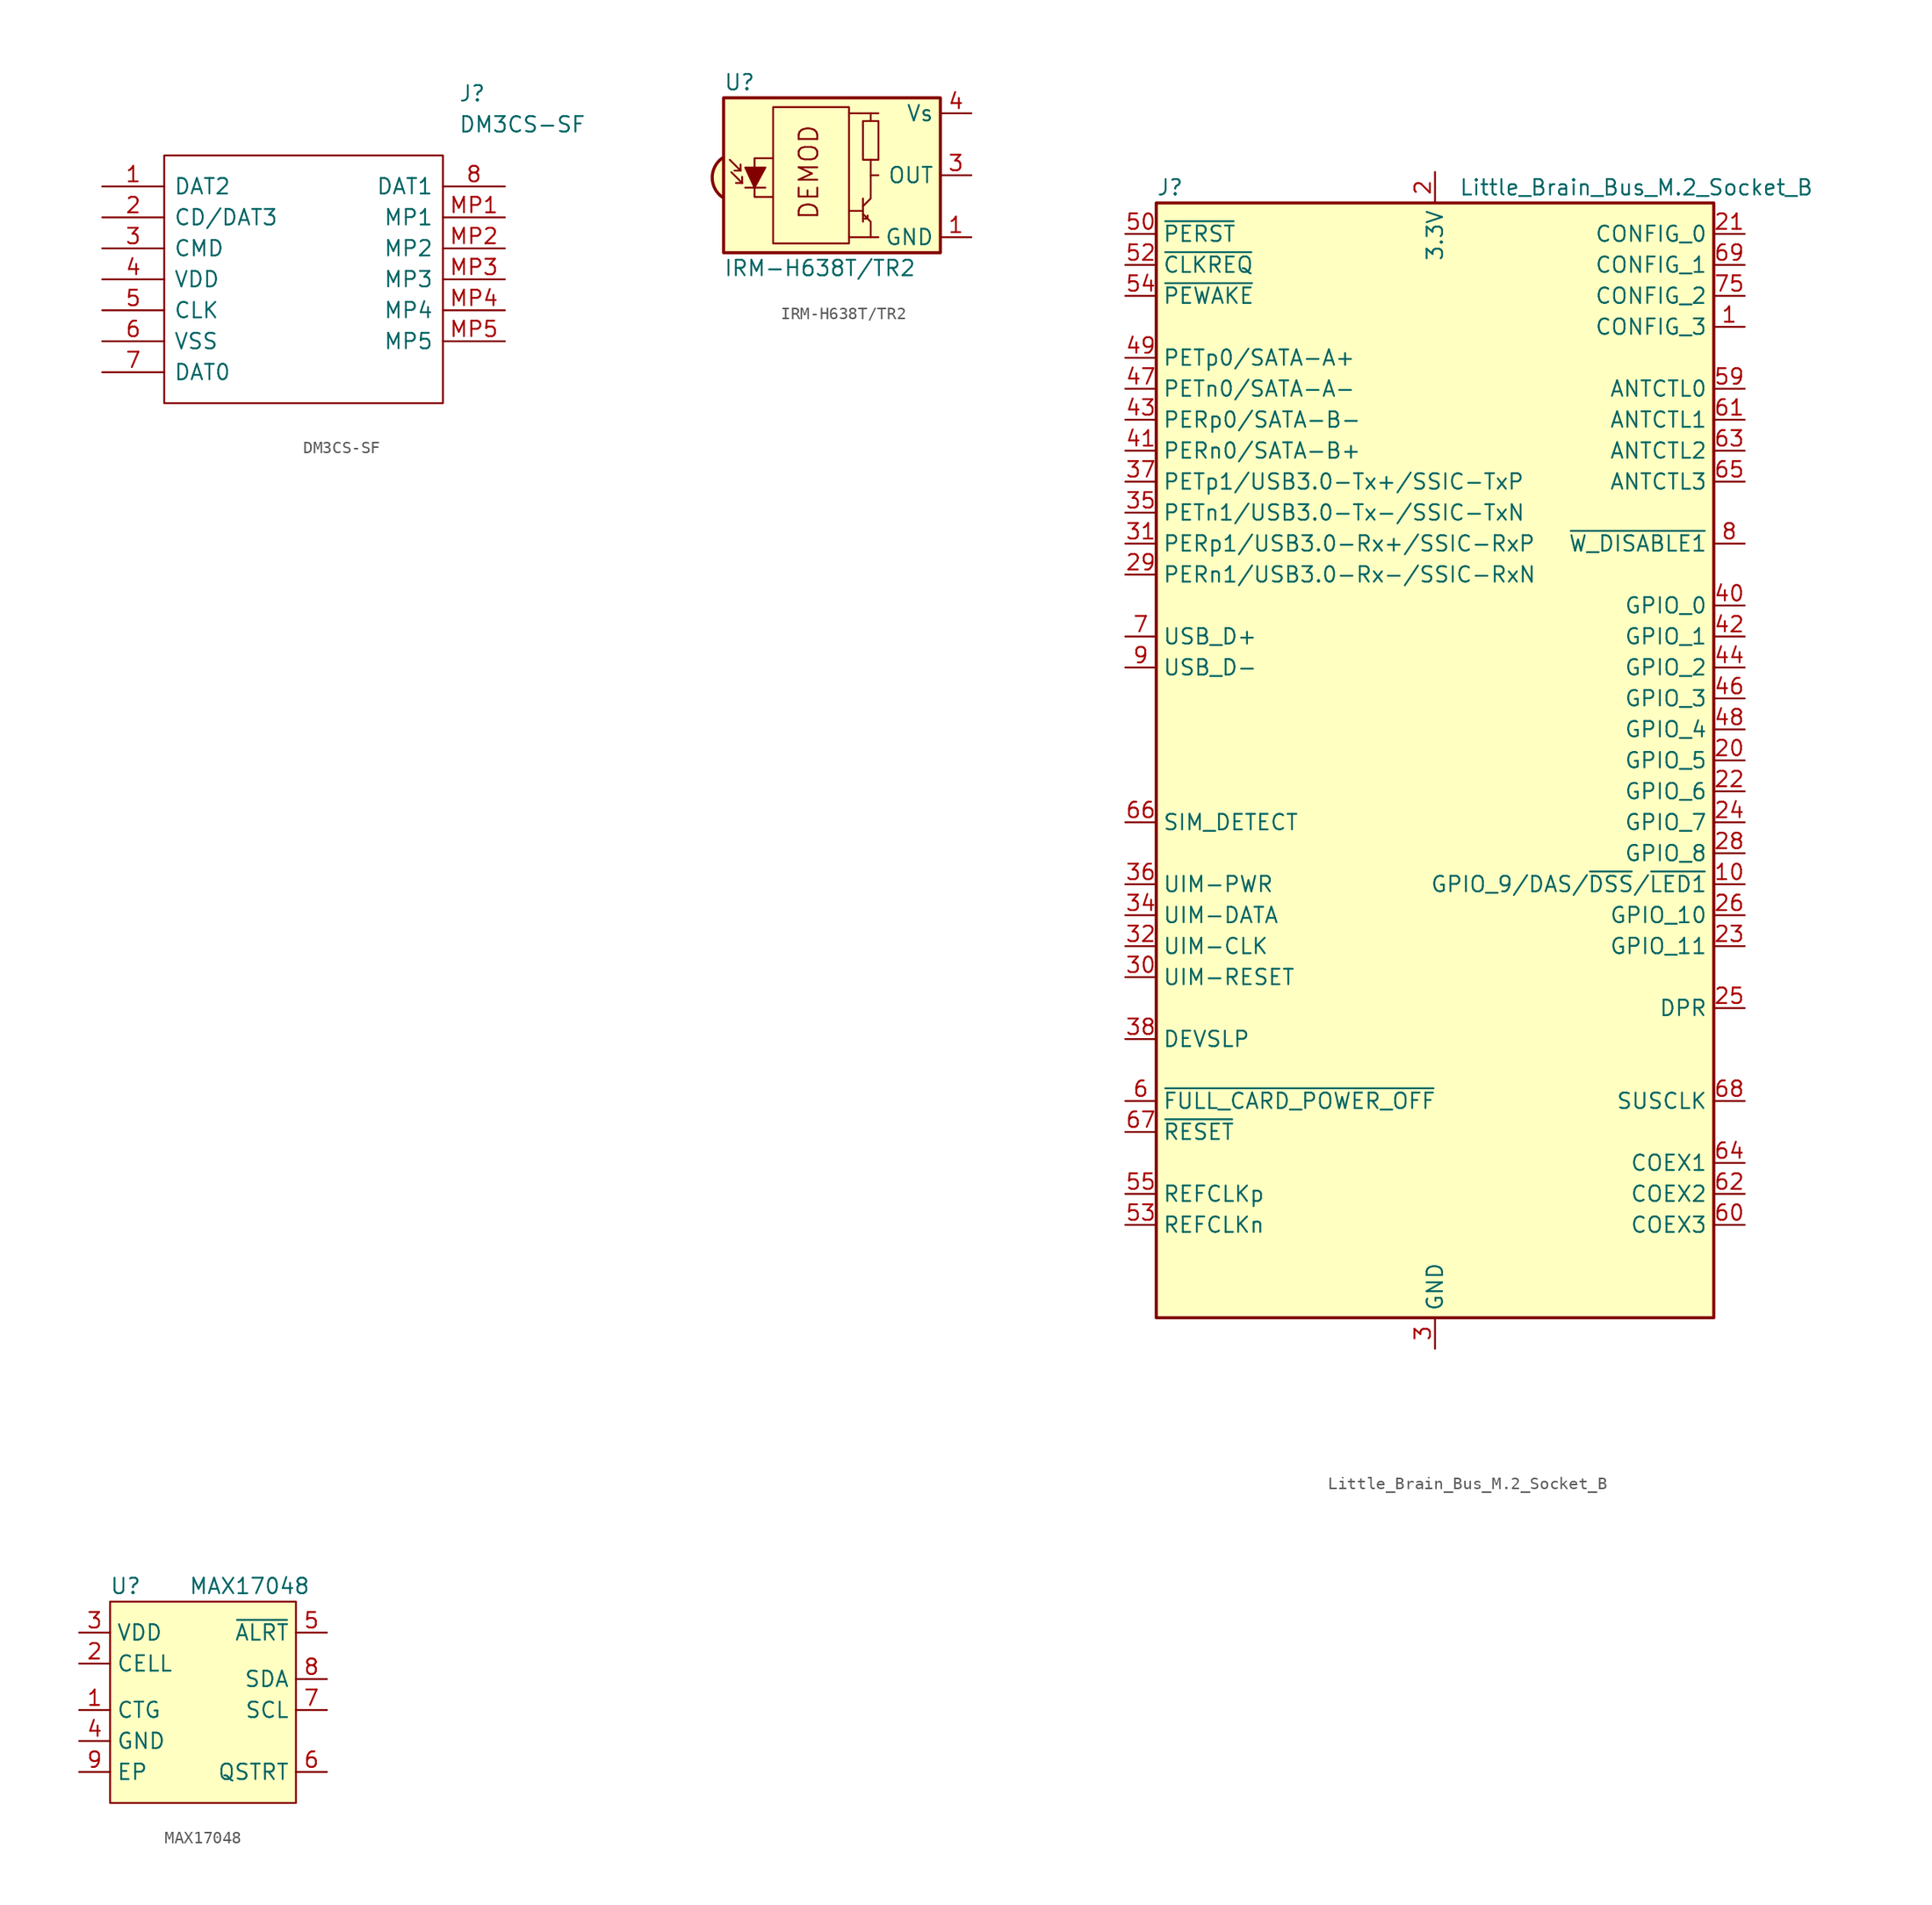
<source format=kicad_sym>
(kicad_symbol_lib
  (version 20220914)
  (generator kicad_symbol_editor)
  (symbol "DM3CS-SF"
    (pin_names
      (offset 0.762))
    (property "Reference" "J"
      (at 29.21 7.62 0)
      (effects (font (size 1.27 1.27)) (justify left)))
    (property "Value" "DM3CS-SF"
      (at 29.21 5.08 0)
      (effects (font (size 1.27 1.27)) (justify left)))
    (symbol "DM3CS-SF_0_0"
      (pin passive line (at 0 0 0) (length 5.08) (name "DAT2" (effects (font (size 1.27 1.27)))) (number "1" (effects (font (size 1.27 1.27)))))
      (pin passive line (at 0 -2.54 0) (length 5.08) (name "CD/DAT3" (effects (font (size 1.27 1.27)))) (number "2" (effects (font (size 1.27 1.27)))))
      (pin passive line (at 0 -5.08 0) (length 5.08) (name "CMD" (effects (font (size 1.27 1.27)))) (number "3" (effects (font (size 1.27 1.27)))))
      (pin passive line (at 0 -7.62 0) (length 5.08) (name "VDD" (effects (font (size 1.27 1.27)))) (number "4" (effects (font (size 1.27 1.27)))))
      (pin passive line (at 0 -10.16 0) (length 5.08) (name "CLK" (effects (font (size 1.27 1.27)))) (number "5" (effects (font (size 1.27 1.27)))))
      (pin passive line (at 0 -12.7 0) (length 5.08) (name "VSS" (effects (font (size 1.27 1.27)))) (number "6" (effects (font (size 1.27 1.27)))))
      (pin passive line (at 0 -15.24 0) (length 5.08) (name "DAT0" (effects (font (size 1.27 1.27)))) (number "7" (effects (font (size 1.27 1.27)))))
      (pin passive line (at 33.02 0 180) (length 5.08) (name "DAT1" (effects (font (size 1.27 1.27)))) (number "8" (effects (font (size 1.27 1.27)))))
      (pin passive line (at 33.02 -2.54 180) (length 5.08) (name "MP1" (effects (font (size 1.27 1.27)))) (number "MP1" (effects (font (size 1.27 1.27)))))
      (pin passive line (at 33.02 -5.08 180) (length 5.08) (name "MP2" (effects (font (size 1.27 1.27)))) (number "MP2" (effects (font (size 1.27 1.27)))))
      (pin passive line (at 33.02 -7.62 180) (length 5.08) (name "MP3" (effects (font (size 1.27 1.27)))) (number "MP3" (effects (font (size 1.27 1.27)))))
      (pin passive line (at 33.02 -10.16 180) (length 5.08) (name "MP4" (effects (font (size 1.27 1.27)))) (number "MP4" (effects (font (size 1.27 1.27)))))
      (pin passive line (at 33.02 -12.7 180) (length 5.08) (name "MP5" (effects (font (size 1.27 1.27)))) (number "MP5" (effects (font (size 1.27 1.27))))))
    (symbol "DM3CS-SF_0_1"
      (polyline (pts (xy 5.08 2.54) (xy 27.94 2.54) (xy 27.94 -17.78) (xy 5.08 -17.78) (xy 5.08 2.54)) (stroke (width 0.152) (type default)) (fill (type none)))))
  (symbol "IRM-H638T/TR2"
    (property "Reference" "U"
      (at -10.16 7.62 0)
      (effects (font (size 1.27 1.27)) (justify left)))
    (property "Value" "IRM-H638T/TR2"
      (at -10.16 -7.62 0)
      (effects (font (size 1.27 1.27)) (justify left)))
    (symbol "IRM-H638T/TR2_0_0"
      (arc (start -10.287 1.397) (mid -11.0899 -0.1852) (end -10.287 -1.778) (stroke (width 0.254) (type default)) (fill (type background)))
      (polyline (pts (xy 1.905 -5.08) (xy 0.127 -5.08)) (stroke (width 0) (type default)) (fill (type none)))
      (polyline (pts (xy 1.905 5.08) (xy 0.127 5.08)) (stroke (width 0) (type default)) (fill (type none)))
      (text "DEMOD" (at -3.175 0.254 900) (effects (font (size 1.524 1.524)))))
    (symbol "IRM-H638T/TR2_0_1"
      (rectangle (start -10.16 6.35) (end 7.62 -6.35) (stroke (width 0.254) (type default)) (fill (type background)))
      (rectangle (start -6.096 5.588) (end 0.127 -5.588) (stroke (width 0) (type default)) (fill (type none)))
      (polyline (pts (xy -8.763 0.381) (xy -9.652 1.27)) (stroke (width 0) (type default)) (fill (type none)))
      (polyline (pts (xy -8.763 0.381) (xy -9.271 0.381)) (stroke (width 0) (type default)) (fill (type none)))
      (polyline (pts (xy -8.763 0.381) (xy -8.763 0.889)) (stroke (width 0) (type default)) (fill (type none)))
      (polyline (pts (xy -8.636 -0.635) (xy -9.525 0.254)) (stroke (width 0) (type default)) (fill (type none)))
      (polyline (pts (xy -8.636 -0.635) (xy -9.144 -0.635)) (stroke (width 0) (type default)) (fill (type none)))
      (polyline (pts (xy -8.636 -0.635) (xy -8.636 -0.127)) (stroke (width 0) (type default)) (fill (type none)))
      (polyline (pts (xy -8.382 -1.016) (xy -6.731 -1.016)) (stroke (width 0) (type default)) (fill (type none)))
      (polyline (pts (xy 1.27 -2.921) (xy 0.127 -2.921)) (stroke (width 0) (type default)) (fill (type none)))
      (polyline (pts (xy 1.27 -1.905) (xy 1.27 -3.81)) (stroke (width 0) (type default)) (fill (type none)))
      (polyline (pts (xy 1.397 -3.556) (xy 1.524 -3.556)) (stroke (width 0) (type default)) (fill (type none)))
      (polyline (pts (xy 1.651 -3.556) (xy 1.524 -3.556)) (stroke (width 0) (type default)) (fill (type none)))
      (polyline (pts (xy 1.651 -3.556) (xy 1.651 -3.302)) (stroke (width 0) (type default)) (fill (type none)))
      (polyline (pts (xy 1.905 0) (xy 1.905 1.27)) (stroke (width 0) (type default)) (fill (type none)))
      (polyline (pts (xy 1.905 4.445) (xy 1.905 5.08) (xy 2.54 5.08)) (stroke (width 0) (type default)) (fill (type none)))
      (polyline (pts (xy -8.382 0.635) (xy -6.731 0.635) (xy -7.62 -1.016) (xy -8.382 0.635)) (stroke (width 0) (type default)) (fill (type outline)))
      (polyline (pts (xy -6.096 1.397) (xy -7.62 1.397) (xy -7.62 -1.778) (xy -6.096 -1.778)) (stroke (width 0) (type default)) (fill (type none)))
      (polyline (pts (xy 1.27 -3.175) (xy 1.905 -3.81) (xy 1.905 -5.08) (xy 2.54 -5.08)) (stroke (width 0) (type default)) (fill (type none)))
      (polyline (pts (xy 1.27 -2.54) (xy 1.905 -1.905) (xy 1.905 0) (xy 2.54 0)) (stroke (width 0) (type default)) (fill (type none)))
      (rectangle (start 2.54 1.27) (end 1.27 4.445) (stroke (width 0) (type default)) (fill (type none))))
    (symbol "IRM-H638T/TR2_1_1"
      (pin power_in line (at 10.16 -5.08 180) (length 2.54) (name "GND" (effects (font (size 1.27 1.27)))) (number "1" (effects (font (size 1.27 1.27)))))
      (pin power_in line (at 10.16 -5.08 180) (length 2.54) hide (name "GND" (effects (font (size 1.27 1.27)))) (number "2" (effects (font (size 1.27 1.27)))))
      (pin output line (at 10.16 0 180) (length 2.54) (name "OUT" (effects (font (size 1.27 1.27)))) (number "3" (effects (font (size 1.27 1.27)))))
      (pin power_in line (at 10.16 5.08 180) (length 2.54) (name "Vs" (effects (font (size 1.27 1.27)))) (number "4" (effects (font (size 1.27 1.27)))))))
  (symbol "Little_Brain_Bus_M.2_Socket_B"
    (property "Reference" "J"
      (at -22.86 46.99 0)
      (effects (font (size 1.27 1.27)) (justify left)))
    (property "Value" "Little_Brain_Bus_M.2_Socket_B"
      (at 16.51 46.99 0)
      (effects (font (size 1.27 1.27))))
    (symbol "Little_Brain_Bus_M.2_Socket_B_0_1"
      (rectangle (start -22.86 45.72) (end 22.86 -45.72) (stroke (width 0.254) (type default)) (fill (type background))))
    (symbol "Little_Brain_Bus_M.2_Socket_B_1_1"
      (pin input line (at 25.4 35.56 180) (length 2.54) (name "CONFIG_3" (effects (font (size 1.27 1.27)))) (number "1" (effects (font (size 1.27 1.27)))))
      (pin bidirectional line (at 25.4 -10.16 180) (length 2.54) (name "GPIO_9/DAS/~{DSS}/~{LED1}" (effects (font (size 1.27 1.27)))) (number "10" (effects (font (size 1.27 1.27)))))
      (pin passive line (at 0 -48.26 90) (length 2.54) hide (name "GND" (effects (font (size 1.27 1.27)))) (number "11" (effects (font (size 1.27 1.27)))))
      (pin power_in line (at 0 48.26 270) (length 2.54) (name "3.3V" (effects (font (size 1.27 1.27)))) (number "2" (effects (font (size 1.27 1.27)))))
      (pin bidirectional line (at 25.4 0 180) (length 2.54) (name "GPIO_5" (effects (font (size 1.27 1.27)))) (number "20" (effects (font (size 1.27 1.27)))))
      (pin input line (at 25.4 43.18 180) (length 2.54) (name "CONFIG_0" (effects (font (size 1.27 1.27)))) (number "21" (effects (font (size 1.27 1.27)))))
      (pin bidirectional line (at 25.4 -2.54 180) (length 2.54) (name "GPIO_6" (effects (font (size 1.27 1.27)))) (number "22" (effects (font (size 1.27 1.27)))))
      (pin bidirectional line (at 25.4 -15.24 180) (length 2.54) (name "GPIO_11" (effects (font (size 1.27 1.27)))) (number "23" (effects (font (size 1.27 1.27)))))
      (pin bidirectional line (at 25.4 -5.08 180) (length 2.54) (name "GPIO_7" (effects (font (size 1.27 1.27)))) (number "24" (effects (font (size 1.27 1.27)))))
      (pin output line (at 25.4 -20.32 180) (length 2.54) (name "DPR" (effects (font (size 1.27 1.27)))) (number "25" (effects (font (size 1.27 1.27)))))
      (pin bidirectional line (at 25.4 -12.7 180) (length 2.54) (name "GPIO_10" (effects (font (size 1.27 1.27)))) (number "26" (effects (font (size 1.27 1.27)))))
      (pin passive line (at 0 -48.26 90) (length 2.54) hide (name "GND" (effects (font (size 1.27 1.27)))) (number "27" (effects (font (size 1.27 1.27)))))
      (pin bidirectional line (at 25.4 -7.62 180) (length 2.54) (name "GPIO_8" (effects (font (size 1.27 1.27)))) (number "28" (effects (font (size 1.27 1.27)))))
      (pin input line (at -25.4 15.24 0) (length 2.54) (name "PERn1/USB3.0-Rx-/SSIC-RxN" (effects (font (size 1.27 1.27)))) (number "29" (effects (font (size 1.27 1.27)))))
      (pin power_in line (at 0 -48.26 90) (length 2.54) (name "GND" (effects (font (size 1.27 1.27)))) (number "3" (effects (font (size 1.27 1.27)))))
      (pin input line (at -25.4 -17.78 0) (length 2.54) (name "UIM-RESET" (effects (font (size 1.27 1.27)))) (number "30" (effects (font (size 1.27 1.27)))))
      (pin input line (at -25.4 17.78 0) (length 2.54) (name "PERp1/USB3.0-Rx+/SSIC-RxP" (effects (font (size 1.27 1.27)))) (number "31" (effects (font (size 1.27 1.27)))))
      (pin input line (at -25.4 -15.24 0) (length 2.54) (name "UIM-CLK" (effects (font (size 1.27 1.27)))) (number "32" (effects (font (size 1.27 1.27)))))
      (pin passive line (at 0 -48.26 90) (length 2.54) hide (name "GND" (effects (font (size 1.27 1.27)))) (number "33" (effects (font (size 1.27 1.27)))))
      (pin bidirectional line (at -25.4 -12.7 0) (length 2.54) (name "UIM-DATA" (effects (font (size 1.27 1.27)))) (number "34" (effects (font (size 1.27 1.27)))))
      (pin output line (at -25.4 20.32 0) (length 2.54) (name "PETn1/USB3.0-Tx-/SSIC-TxN" (effects (font (size 1.27 1.27)))) (number "35" (effects (font (size 1.27 1.27)))))
      (pin input line (at -25.4 -10.16 0) (length 2.54) (name "UIM-PWR" (effects (font (size 1.27 1.27)))) (number "36" (effects (font (size 1.27 1.27)))))
      (pin output line (at -25.4 22.86 0) (length 2.54) (name "PETp1/USB3.0-Tx+/SSIC-TxP" (effects (font (size 1.27 1.27)))) (number "37" (effects (font (size 1.27 1.27)))))
      (pin output line (at -25.4 -22.86 0) (length 2.54) (name "DEVSLP" (effects (font (size 1.27 1.27)))) (number "38" (effects (font (size 1.27 1.27)))))
      (pin passive line (at 0 -48.26 90) (length 2.54) hide (name "GND" (effects (font (size 1.27 1.27)))) (number "39" (effects (font (size 1.27 1.27)))))
      (pin passive line (at 0 48.26 270) (length 2.54) hide (name "3.3V" (effects (font (size 1.27 1.27)))) (number "4" (effects (font (size 1.27 1.27)))))
      (pin bidirectional line (at 25.4 12.7 180) (length 2.54) (name "GPIO_0" (effects (font (size 1.27 1.27)))) (number "40" (effects (font (size 1.27 1.27)))))
      (pin input line (at -25.4 25.4 0) (length 2.54) (name "PERn0/SATA-B+" (effects (font (size 1.27 1.27)))) (number "41" (effects (font (size 1.27 1.27)))))
      (pin bidirectional line (at 25.4 10.16 180) (length 2.54) (name "GPIO_1" (effects (font (size 1.27 1.27)))) (number "42" (effects (font (size 1.27 1.27)))))
      (pin input line (at -25.4 27.94 0) (length 2.54) (name "PERp0/SATA-B-" (effects (font (size 1.27 1.27)))) (number "43" (effects (font (size 1.27 1.27)))))
      (pin bidirectional line (at 25.4 7.62 180) (length 2.54) (name "GPIO_2" (effects (font (size 1.27 1.27)))) (number "44" (effects (font (size 1.27 1.27)))))
      (pin passive line (at 0 -48.26 90) (length 2.54) hide (name "GND" (effects (font (size 1.27 1.27)))) (number "45" (effects (font (size 1.27 1.27)))))
      (pin bidirectional line (at 25.4 5.08 180) (length 2.54) (name "GPIO_3" (effects (font (size 1.27 1.27)))) (number "46" (effects (font (size 1.27 1.27)))))
      (pin output line (at -25.4 30.48 0) (length 2.54) (name "PETn0/SATA-A-" (effects (font (size 1.27 1.27)))) (number "47" (effects (font (size 1.27 1.27)))))
      (pin bidirectional line (at 25.4 2.54 180) (length 2.54) (name "GPIO_4" (effects (font (size 1.27 1.27)))) (number "48" (effects (font (size 1.27 1.27)))))
      (pin output line (at -25.4 33.02 0) (length 2.54) (name "PETp0/SATA-A+" (effects (font (size 1.27 1.27)))) (number "49" (effects (font (size 1.27 1.27)))))
      (pin passive line (at 0 -48.26 90) (length 2.54) hide (name "GND" (effects (font (size 1.27 1.27)))) (number "5" (effects (font (size 1.27 1.27)))))
      (pin output line (at -25.4 43.18 0) (length 2.54) (name "~{PERST}" (effects (font (size 1.27 1.27)))) (number "50" (effects (font (size 1.27 1.27)))))
      (pin passive line (at 0 -48.26 90) (length 2.54) hide (name "GND" (effects (font (size 1.27 1.27)))) (number "51" (effects (font (size 1.27 1.27)))))
      (pin bidirectional line (at -25.4 40.64 0) (length 2.54) (name "~{CLKREQ}" (effects (font (size 1.27 1.27)))) (number "52" (effects (font (size 1.27 1.27)))))
      (pin output line (at -25.4 -38.1 0) (length 2.54) (name "REFCLKn" (effects (font (size 1.27 1.27)))) (number "53" (effects (font (size 1.27 1.27)))))
      (pin bidirectional line (at -25.4 38.1 0) (length 2.54) (name "~{PEWAKE}" (effects (font (size 1.27 1.27)))) (number "54" (effects (font (size 1.27 1.27)))))
      (pin output line (at -25.4 -35.56 0) (length 2.54) (name "REFCLKp" (effects (font (size 1.27 1.27)))) (number "55" (effects (font (size 1.27 1.27)))))
      (pin no_connect line (at 22.86 -43.18 180) (length 2.54) hide (name "NC" (effects (font (size 1.27 1.27)))) (number "56" (effects (font (size 1.27 1.27)))))
      (pin passive line (at 0 -48.26 90) (length 2.54) hide (name "GND" (effects (font (size 1.27 1.27)))) (number "57" (effects (font (size 1.27 1.27)))))
      (pin no_connect line (at 22.86 -40.64 180) (length 2.54) hide (name "NC" (effects (font (size 1.27 1.27)))) (number "58" (effects (font (size 1.27 1.27)))))
      (pin input line (at 25.4 30.48 180) (length 2.54) (name "ANTCTL0" (effects (font (size 1.27 1.27)))) (number "59" (effects (font (size 1.27 1.27)))))
      (pin output line (at -25.4 -27.94 0) (length 2.54) (name "~{FULL_CARD_POWER_OFF}" (effects (font (size 1.27 1.27)))) (number "6" (effects (font (size 1.27 1.27)))))
      (pin bidirectional line (at 25.4 -38.1 180) (length 2.54) (name "COEX3" (effects (font (size 1.27 1.27)))) (number "60" (effects (font (size 1.27 1.27)))))
      (pin input line (at 25.4 27.94 180) (length 2.54) (name "ANTCTL1" (effects (font (size 1.27 1.27)))) (number "61" (effects (font (size 1.27 1.27)))))
      (pin bidirectional line (at 25.4 -35.56 180) (length 2.54) (name "COEX2" (effects (font (size 1.27 1.27)))) (number "62" (effects (font (size 1.27 1.27)))))
      (pin input line (at 25.4 25.4 180) (length 2.54) (name "ANTCTL2" (effects (font (size 1.27 1.27)))) (number "63" (effects (font (size 1.27 1.27)))))
      (pin bidirectional line (at 25.4 -33.02 180) (length 2.54) (name "COEX1" (effects (font (size 1.27 1.27)))) (number "64" (effects (font (size 1.27 1.27)))))
      (pin input line (at 25.4 22.86 180) (length 2.54) (name "ANTCTL3" (effects (font (size 1.27 1.27)))) (number "65" (effects (font (size 1.27 1.27)))))
      (pin output line (at -25.4 -5.08 0) (length 2.54) (name "SIM_DETECT" (effects (font (size 1.27 1.27)))) (number "66" (effects (font (size 1.27 1.27)))))
      (pin output line (at -25.4 -30.48 0) (length 2.54) (name "~{RESET}" (effects (font (size 1.27 1.27)))) (number "67" (effects (font (size 1.27 1.27)))))
      (pin output line (at 25.4 -27.94 180) (length 2.54) (name "SUSCLK" (effects (font (size 1.27 1.27)))) (number "68" (effects (font (size 1.27 1.27)))))
      (pin input line (at 25.4 40.64 180) (length 2.54) (name "CONFIG_1" (effects (font (size 1.27 1.27)))) (number "69" (effects (font (size 1.27 1.27)))))
      (pin bidirectional line (at -25.4 10.16 0) (length 2.54) (name "USB_D+" (effects (font (size 1.27 1.27)))) (number "7" (effects (font (size 1.27 1.27)))))
      (pin passive line (at 0 48.26 270) (length 2.54) hide (name "3.3V" (effects (font (size 1.27 1.27)))) (number "70" (effects (font (size 1.27 1.27)))))
      (pin passive line (at 0 -48.26 90) (length 2.54) hide (name "GND" (effects (font (size 1.27 1.27)))) (number "71" (effects (font (size 1.27 1.27)))))
      (pin passive line (at 0 48.26 270) (length 2.54) hide (name "3.3V" (effects (font (size 1.27 1.27)))) (number "72" (effects (font (size 1.27 1.27)))))
      (pin passive line (at 0 -48.26 90) (length 2.54) hide (name "GND" (effects (font (size 1.27 1.27)))) (number "73" (effects (font (size 1.27 1.27)))))
      (pin passive line (at 0 48.26 270) (length 2.54) hide (name "3.3V" (effects (font (size 1.27 1.27)))) (number "74" (effects (font (size 1.27 1.27)))))
      (pin input line (at 25.4 38.1 180) (length 2.54) (name "CONFIG_2" (effects (font (size 1.27 1.27)))) (number "75" (effects (font (size 1.27 1.27)))))
      (pin output line (at 25.4 17.78 180) (length 2.54) (name "~{W_DISABLE1}" (effects (font (size 1.27 1.27)))) (number "8" (effects (font (size 1.27 1.27)))))
      (pin bidirectional line (at -25.4 7.62 0) (length 2.54) (name "USB_D-" (effects (font (size 1.27 1.27)))) (number "9" (effects (font (size 1.27 1.27)))))))
  (symbol "MAX17048"
    (property "Reference" "U"
      (at -6.35 8.89 0)
      (effects (font (size 1.27 1.27))))
    (property "Value" "MAX17048"
      (at 3.81 8.89 0)
      (effects (font (size 1.27 1.27))))
    (symbol "MAX17048_0_1"
      (rectangle (start -7.62 7.62) (end 7.62 -8.89) (stroke (width 0) (type default)) (fill (type background))))
    (symbol "MAX17048_1_1"
      (pin power_in line (at -10.16 -1.27 0) (length 2.54) (name "CTG" (effects (font (size 1.27 1.27)))) (number "1" (effects (font (size 1.27 1.27)))))
      (pin power_in line (at -10.16 2.54 0) (length 2.54) (name "CELL" (effects (font (size 1.27 1.27)))) (number "2" (effects (font (size 1.27 1.27)))))
      (pin power_in line (at -10.16 5.08 0) (length 2.54) (name "VDD" (effects (font (size 1.27 1.27)))) (number "3" (effects (font (size 1.27 1.27)))))
      (pin power_in line (at -10.16 -3.81 0) (length 2.54) (name "GND" (effects (font (size 1.27 1.27)))) (number "4" (effects (font (size 1.27 1.27)))))
      (pin output line (at 10.16 5.08 180) (length 2.54) (name "~{ALRT}" (effects (font (size 1.27 1.27)))) (number "5" (effects (font (size 1.27 1.27)))))
      (pin input line (at 10.16 -6.35 180) (length 2.54) (name "QSTRT" (effects (font (size 1.27 1.27)))) (number "6" (effects (font (size 1.27 1.27)))))
      (pin input line (at 10.16 -1.27 180) (length 2.54) (name "SCL" (effects (font (size 1.27 1.27)))) (number "7" (effects (font (size 1.27 1.27)))))
      (pin bidirectional line (at 10.16 1.27 180) (length 2.54) (name "SDA" (effects (font (size 1.27 1.27)))) (number "8" (effects (font (size 1.27 1.27)))))
      (pin power_in line (at -10.16 -6.35 0) (length 2.54) (name "EP" (effects (font (size 1.27 1.27)))) (number "9" (effects (font (size 1.27 1.27))))))))
</source>
